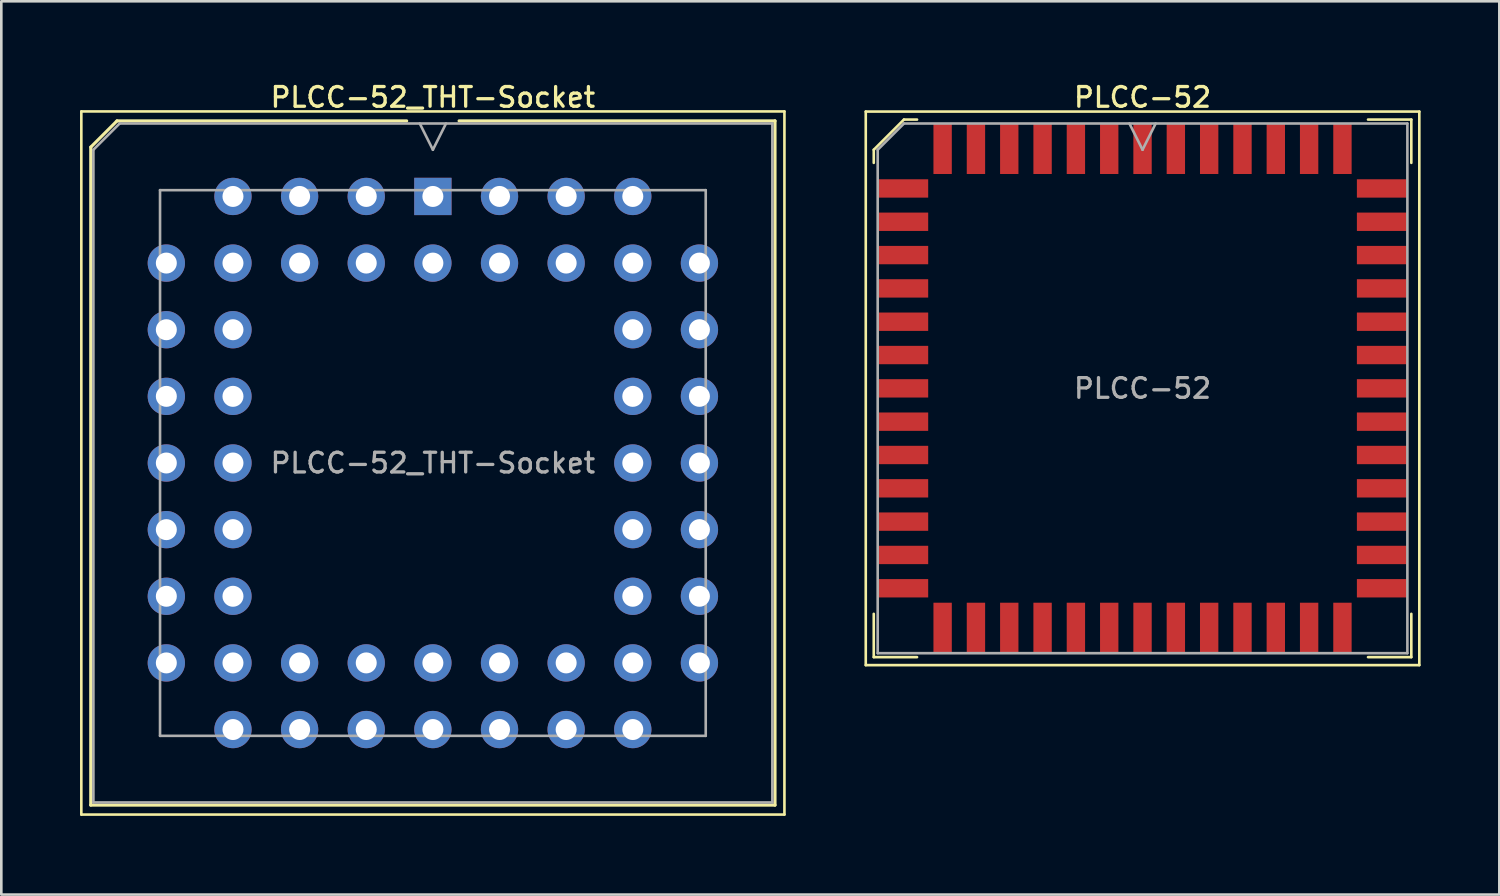
<source format=kicad_pcb>
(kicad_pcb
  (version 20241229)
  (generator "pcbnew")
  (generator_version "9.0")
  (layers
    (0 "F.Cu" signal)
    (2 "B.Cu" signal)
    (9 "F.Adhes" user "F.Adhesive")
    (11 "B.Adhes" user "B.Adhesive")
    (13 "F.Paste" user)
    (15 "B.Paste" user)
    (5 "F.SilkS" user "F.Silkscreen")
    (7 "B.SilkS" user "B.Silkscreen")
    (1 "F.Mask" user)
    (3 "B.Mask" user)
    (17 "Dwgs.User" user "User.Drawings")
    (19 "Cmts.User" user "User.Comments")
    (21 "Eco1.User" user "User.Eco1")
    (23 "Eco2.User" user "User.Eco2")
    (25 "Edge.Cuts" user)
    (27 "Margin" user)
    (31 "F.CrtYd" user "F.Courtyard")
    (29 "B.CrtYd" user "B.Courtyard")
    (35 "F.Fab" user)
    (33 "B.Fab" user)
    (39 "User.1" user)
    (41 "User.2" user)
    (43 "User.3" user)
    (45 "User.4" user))
  (footprint "PLCC-52_THT-Socket"
    (layer "F.Cu")
    (at 13.45 4.438)
    (property "Reference" "PLCC-52_THT-Socket" (at 0 -3.78 0) (layer "F.SilkS") (effects (font (size 0.75 0.75) (thickness 0.125))))
    (attr through_hole)
    (fp_line (start -13.4 -3.24) (end -13.4 23.56) (stroke (width 0.1) (type solid)) (layer "F.SilkS"))
    (fp_line (start -13.4 23.56) (end 13.4 23.56) (stroke (width 0.1) (type solid)) (layer "F.SilkS"))
    (fp_line (start -13.04 -1.88) (end -13.04 23.2) (stroke (width 0.12) (type solid)) (layer "F.SilkS"))
    (fp_line (start -13.04 23.2) (end 13.04 23.2) (stroke (width 0.12) (type solid)) (layer "F.SilkS"))
    (fp_line (start -12.04 -2.88) (end -13.04 -1.88) (stroke (width 0.12) (type solid)) (layer "F.SilkS"))
    (fp_line (start -1 -2.88) (end -12.04 -2.88) (stroke (width 0.12) (type solid)) (layer "F.SilkS"))
    (fp_line (start 13.04 -2.88) (end 1 -2.88) (stroke (width 0.12) (type solid)) (layer "F.SilkS"))
    (fp_line (start 13.04 23.2) (end 13.04 -2.88) (stroke (width 0.12) (type solid)) (layer "F.SilkS"))
    (fp_line (start 13.4 -3.24) (end -13.4 -3.24) (stroke (width 0.1) (type solid)) (layer "F.SilkS"))
    (fp_line (start 13.4 23.56) (end 13.4 -3.24) (stroke (width 0.1) (type solid)) (layer "F.SilkS"))
    (fp_line (start -12.94 -1.78) (end -12.94 23.1) (stroke (width 0.1) (type solid)) (layer "F.Fab"))
    (fp_line (start -12.94 23.1) (end 12.94 23.1) (stroke (width 0.1) (type solid)) (layer "F.Fab"))
    (fp_line (start -11.94 -2.78) (end -12.94 -1.78) (stroke (width 0.1) (type solid)) (layer "F.Fab"))
    (fp_line (start -10.4 -0.24) (end -10.4 20.56) (stroke (width 0.1) (type solid)) (layer "F.Fab"))
    (fp_line (start -10.4 20.56) (end 10.4 20.56) (stroke (width 0.1) (type solid)) (layer "F.Fab"))
    (fp_line (start -0.5 -2.78) (end 0 -1.78) (stroke (width 0.1) (type solid)) (layer "F.Fab"))
    (fp_line (start 0 -1.78) (end 0.5 -2.78) (stroke (width 0.1) (type solid)) (layer "F.Fab"))
    (fp_line (start 10.4 -0.24) (end -10.4 -0.24) (stroke (width 0.1) (type solid)) (layer "F.Fab"))
    (fp_line (start 10.4 20.56) (end 10.4 -0.24) (stroke (width 0.1) (type solid)) (layer "F.Fab"))
    (fp_line (start 12.94 -2.78) (end -11.94 -2.78) (stroke (width 0.1) (type solid)) (layer "F.Fab"))
    (fp_line (start 12.94 23.1) (end 12.94 -2.78) (stroke (width 0.1) (type solid)) (layer "F.Fab"))
    (fp_text user "${REFERENCE}" (at 0 10.16 0) (layer "F.Fab") (effects (font (size 0.75 0.75) (thickness 0.125))))
    (pad "1" thru_hole rect (at 0 0) (size 1.422 1.422) (drill 0.8) (layers "*.Cu" "*.Mask"))
    (pad "2" thru_hole circle (at 0 2.54) (size 1.422 1.422) (drill 0.8) (layers "*.Cu" "*.Mask"))
    (pad "3" thru_hole circle (at -2.54 0) (size 1.422 1.422) (drill 0.8) (layers "*.Cu" "*.Mask"))
    (pad "4" thru_hole circle (at -2.54 2.54) (size 1.422 1.422) (drill 0.8) (layers "*.Cu" "*.Mask"))
    (pad "5" thru_hole circle (at -5.08 0) (size 1.422 1.422) (drill 0.8) (layers "*.Cu" "*.Mask"))
    (pad "6" thru_hole circle (at -5.08 2.54) (size 1.422 1.422) (drill 0.8) (layers "*.Cu" "*.Mask"))
    (pad "7" thru_hole circle (at -7.62 0) (size 1.422 1.422) (drill 0.8) (layers "*.Cu" "*.Mask"))
    (pad "8" thru_hole circle (at -10.16 2.54) (size 1.422 1.422) (drill 0.8) (layers "*.Cu" "*.Mask"))
    (pad "9" thru_hole circle (at -7.62 2.54) (size 1.422 1.422) (drill 0.8) (layers "*.Cu" "*.Mask"))
    (pad "10" thru_hole circle (at -10.16 5.08) (size 1.422 1.422) (drill 0.8) (layers "*.Cu" "*.Mask"))
    (pad "11" thru_hole circle (at -7.62 5.08) (size 1.422 1.422) (drill 0.8) (layers "*.Cu" "*.Mask"))
    (pad "12" thru_hole circle (at -10.16 7.62) (size 1.422 1.422) (drill 0.8) (layers "*.Cu" "*.Mask"))
    (pad "13" thru_hole circle (at -7.62 7.62) (size 1.422 1.422) (drill 0.8) (layers "*.Cu" "*.Mask"))
    (pad "14" thru_hole circle (at -10.16 10.16) (size 1.422 1.422) (drill 0.8) (layers "*.Cu" "*.Mask"))
    (pad "15" thru_hole circle (at -7.62 10.16) (size 1.422 1.422) (drill 0.8) (layers "*.Cu" "*.Mask"))
    (pad "16" thru_hole circle (at -10.16 12.7) (size 1.422 1.422) (drill 0.8) (layers "*.Cu" "*.Mask"))
    (pad "17" thru_hole circle (at -7.62 12.7) (size 1.422 1.422) (drill 0.8) (layers "*.Cu" "*.Mask"))
    (pad "18" thru_hole circle (at -10.16 15.24) (size 1.422 1.422) (drill 0.8) (layers "*.Cu" "*.Mask"))
    (pad "19" thru_hole circle (at -7.62 15.24) (size 1.422 1.422) (drill 0.8) (layers "*.Cu" "*.Mask"))
    (pad "20" thru_hole circle (at -10.16 17.78) (size 1.422 1.422) (drill 0.8) (layers "*.Cu" "*.Mask"))
    (pad "21" thru_hole circle (at -7.62 20.32) (size 1.422 1.422) (drill 0.8) (layers "*.Cu" "*.Mask"))
    (pad "22" thru_hole circle (at -7.62 17.78) (size 1.422 1.422) (drill 0.8) (layers "*.Cu" "*.Mask"))
    (pad "23" thru_hole circle (at -5.08 20.32) (size 1.422 1.422) (drill 0.8) (layers "*.Cu" "*.Mask"))
    (pad "24" thru_hole circle (at -5.08 17.78) (size 1.422 1.422) (drill 0.8) (layers "*.Cu" "*.Mask"))
    (pad "25" thru_hole circle (at -2.54 20.32) (size 1.422 1.422) (drill 0.8) (layers "*.Cu" "*.Mask"))
    (pad "26" thru_hole circle (at -2.54 17.78) (size 1.422 1.422) (drill 0.8) (layers "*.Cu" "*.Mask"))
    (pad "27" thru_hole circle (at 0 20.32) (size 1.422 1.422) (drill 0.8) (layers "*.Cu" "*.Mask"))
    (pad "28" thru_hole circle (at 0 17.78) (size 1.422 1.422) (drill 0.8) (layers "*.Cu" "*.Mask"))
    (pad "29" thru_hole circle (at 2.54 20.32) (size 1.422 1.422) (drill 0.8) (layers "*.Cu" "*.Mask"))
    (pad "30" thru_hole circle (at 2.54 17.78) (size 1.422 1.422) (drill 0.8) (layers "*.Cu" "*.Mask"))
    (pad "31" thru_hole circle (at 5.08 20.32) (size 1.422 1.422) (drill 0.8) (layers "*.Cu" "*.Mask"))
    (pad "32" thru_hole circle (at 5.08 17.78) (size 1.422 1.422) (drill 0.8) (layers "*.Cu" "*.Mask"))
    (pad "33" thru_hole circle (at 7.62 20.32) (size 1.422 1.422) (drill 0.8) (layers "*.Cu" "*.Mask"))
    (pad "34" thru_hole circle (at 10.16 17.78) (size 1.422 1.422) (drill 0.8) (layers "*.Cu" "*.Mask"))
    (pad "35" thru_hole circle (at 7.62 17.78) (size 1.422 1.422) (drill 0.8) (layers "*.Cu" "*.Mask"))
    (pad "36" thru_hole circle (at 10.16 15.24) (size 1.422 1.422) (drill 0.8) (layers "*.Cu" "*.Mask"))
    (pad "37" thru_hole circle (at 7.62 15.24) (size 1.422 1.422) (drill 0.8) (layers "*.Cu" "*.Mask"))
    (pad "38" thru_hole circle (at 10.16 12.7) (size 1.422 1.422) (drill 0.8) (layers "*.Cu" "*.Mask"))
    (pad "39" thru_hole circle (at 7.62 12.7) (size 1.422 1.422) (drill 0.8) (layers "*.Cu" "*.Mask"))
    (pad "40" thru_hole circle (at 10.16 10.16) (size 1.422 1.422) (drill 0.8) (layers "*.Cu" "*.Mask"))
    (pad "41" thru_hole circle (at 7.62 10.16) (size 1.422 1.422) (drill 0.8) (layers "*.Cu" "*.Mask"))
    (pad "42" thru_hole circle (at 10.16 7.62) (size 1.422 1.422) (drill 0.8) (layers "*.Cu" "*.Mask"))
    (pad "43" thru_hole circle (at 7.62 7.62) (size 1.422 1.422) (drill 0.8) (layers "*.Cu" "*.Mask"))
    (pad "44" thru_hole circle (at 10.16 5.08) (size 1.422 1.422) (drill 0.8) (layers "*.Cu" "*.Mask"))
    (pad "45" thru_hole circle (at 7.62 5.08) (size 1.422 1.422) (drill 0.8) (layers "*.Cu" "*.Mask"))
    (pad "46" thru_hole circle (at 10.16 2.54) (size 1.422 1.422) (drill 0.8) (layers "*.Cu" "*.Mask"))
    (pad "47" thru_hole circle (at 7.62 0) (size 1.422 1.422) (drill 0.8) (layers "*.Cu" "*.Mask"))
    (pad "48" thru_hole circle (at 7.62 2.54) (size 1.422 1.422) (drill 0.8) (layers "*.Cu" "*.Mask"))
    (pad "49" thru_hole circle (at 5.08 0) (size 1.422 1.422) (drill 0.8) (layers "*.Cu" "*.Mask"))
    (pad "50" thru_hole circle (at 5.08 2.54) (size 1.422 1.422) (drill 0.8) (layers "*.Cu" "*.Mask"))
    (pad "51" thru_hole circle (at 2.54 0) (size 1.422 1.422) (drill 0.8) (layers "*.Cu" "*.Mask"))
    (pad "52" thru_hole circle (at 2.54 2.54) (size 1.422 1.422) (drill 0.8) (layers "*.Cu" "*.Mask")))
  (footprint "PLCC-52"
    (layer "F.Cu")
    (at 40.5 11.753)
    (property "Reference" "PLCC-52" (at 0 -11.095 0) (layer "F.SilkS") (effects (font (size 0.75 0.75) (thickness 0.125))))
    (attr smd)
    (fp_line (start -10.55 -10.55) (end -10.55 10.55) (stroke (width 0.1) (type solid)) (layer "F.SilkS"))
    (fp_line (start -10.55 10.55) (end 10.55 10.55) (stroke (width 0.1) (type solid)) (layer "F.SilkS"))
    (fp_line (start -10.245 -9.095) (end -10.245 -8.595) (stroke (width 0.1) (type solid)) (layer "F.SilkS"))
    (fp_line (start -10.245 10.245) (end -10.245 8.595) (stroke (width 0.1) (type solid)) (layer "F.SilkS"))
    (fp_line (start -9.095 -10.245) (end -10.245 -9.095) (stroke (width 0.1) (type solid)) (layer "F.SilkS"))
    (fp_line (start -8.595 -10.245) (end -9.095 -10.245) (stroke (width 0.1) (type solid)) (layer "F.SilkS"))
    (fp_line (start -8.595 10.245) (end -10.245 10.245) (stroke (width 0.1) (type solid)) (layer "F.SilkS"))
    (fp_line (start 8.595 -10.245) (end 10.245 -10.245) (stroke (width 0.1) (type solid)) (layer "F.SilkS"))
    (fp_line (start 8.595 10.245) (end 10.245 10.245) (stroke (width 0.1) (type solid)) (layer "F.SilkS"))
    (fp_line (start 10.245 -10.245) (end 10.245 -8.595) (stroke (width 0.1) (type solid)) (layer "F.SilkS"))
    (fp_line (start 10.245 10.245) (end 10.245 8.595) (stroke (width 0.1) (type solid)) (layer "F.SilkS"))
    (fp_line (start 10.55 -10.55) (end -10.55 -10.55) (stroke (width 0.1) (type solid)) (layer "F.SilkS"))
    (fp_line (start 10.55 10.55) (end 10.55 -10.55) (stroke (width 0.1) (type solid)) (layer "F.SilkS"))
    (fp_line (start -10.095 -9.095) (end -10.095 10.095) (stroke (width 0.1) (type solid)) (layer "F.Fab"))
    (fp_line (start -10.095 10.095) (end 10.095 10.095) (stroke (width 0.1) (type solid)) (layer "F.Fab"))
    (fp_line (start -9.095 -10.095) (end -10.095 -9.095) (stroke (width 0.1) (type solid)) (layer "F.Fab"))
    (fp_line (start -0.5 -10.095) (end 0 -9.095) (stroke (width 0.1) (type solid)) (layer "F.Fab"))
    (fp_line (start 0 -9.095) (end 0.5 -10.095) (stroke (width 0.1) (type solid)) (layer "F.Fab"))
    (fp_line (start 10.095 -10.095) (end -9.095 -10.095) (stroke (width 0.1) (type solid)) (layer "F.Fab"))
    (fp_line (start 10.095 10.095) (end 10.095 -10.095) (stroke (width 0.1) (type solid)) (layer "F.Fab"))
    (fp_text user "${REFERENCE}" (at 0 0 0) (layer "F.Fab") (effects (font (size 0.75 0.75) (thickness 0.125))))
    (pad "1" smd rect (at 0 -9.133) (size 0.7 1.925) (layers "F.Cu" "F.Mask" "F.Paste"))
    (pad "2" smd rect (at -1.27 -9.133) (size 0.7 1.925) (layers "F.Cu" "F.Mask" "F.Paste"))
    (pad "3" smd rect (at -2.54 -9.133) (size 0.7 1.925) (layers "F.Cu" "F.Mask" "F.Paste"))
    (pad "4" smd rect (at -3.81 -9.133) (size 0.7 1.925) (layers "F.Cu" "F.Mask" "F.Paste"))
    (pad "5" smd rect (at -5.08 -9.133) (size 0.7 1.925) (layers "F.Cu" "F.Mask" "F.Paste"))
    (pad "6" smd rect (at -6.35 -9.133) (size 0.7 1.925) (layers "F.Cu" "F.Mask" "F.Paste"))
    (pad "7" smd rect (at -7.62 -9.133) (size 0.7 1.925) (layers "F.Cu" "F.Mask" "F.Paste"))
    (pad "8" smd rect (at -9.133 -7.62) (size 1.925 0.7) (layers "F.Cu" "F.Mask" "F.Paste"))
    (pad "9" smd rect (at -9.133 -6.35) (size 1.925 0.7) (layers "F.Cu" "F.Mask" "F.Paste"))
    (pad "10" smd rect (at -9.133 -5.08) (size 1.925 0.7) (layers "F.Cu" "F.Mask" "F.Paste"))
    (pad "11" smd rect (at -9.133 -3.81) (size 1.925 0.7) (layers "F.Cu" "F.Mask" "F.Paste"))
    (pad "12" smd rect (at -9.133 -2.54) (size 1.925 0.7) (layers "F.Cu" "F.Mask" "F.Paste"))
    (pad "13" smd rect (at -9.133 -1.27) (size 1.925 0.7) (layers "F.Cu" "F.Mask" "F.Paste"))
    (pad "14" smd rect (at -9.133 0) (size 1.925 0.7) (layers "F.Cu" "F.Mask" "F.Paste"))
    (pad "15" smd rect (at -9.133 1.27) (size 1.925 0.7) (layers "F.Cu" "F.Mask" "F.Paste"))
    (pad "16" smd rect (at -9.133 2.54) (size 1.925 0.7) (layers "F.Cu" "F.Mask" "F.Paste"))
    (pad "17" smd rect (at -9.133 3.81) (size 1.925 0.7) (layers "F.Cu" "F.Mask" "F.Paste"))
    (pad "18" smd rect (at -9.133 5.08) (size 1.925 0.7) (layers "F.Cu" "F.Mask" "F.Paste"))
    (pad "19" smd rect (at -9.133 6.35) (size 1.925 0.7) (layers "F.Cu" "F.Mask" "F.Paste"))
    (pad "20" smd rect (at -9.133 7.62) (size 1.925 0.7) (layers "F.Cu" "F.Mask" "F.Paste"))
    (pad "21" smd rect (at -7.62 9.133) (size 0.7 1.925) (layers "F.Cu" "F.Mask" "F.Paste"))
    (pad "22" smd rect (at -6.35 9.133) (size 0.7 1.925) (layers "F.Cu" "F.Mask" "F.Paste"))
    (pad "23" smd rect (at -5.08 9.133) (size 0.7 1.925) (layers "F.Cu" "F.Mask" "F.Paste"))
    (pad "24" smd rect (at -3.81 9.133) (size 0.7 1.925) (layers "F.Cu" "F.Mask" "F.Paste"))
    (pad "25" smd rect (at -2.54 9.133) (size 0.7 1.925) (layers "F.Cu" "F.Mask" "F.Paste"))
    (pad "26" smd rect (at -1.27 9.133) (size 0.7 1.925) (layers "F.Cu" "F.Mask" "F.Paste"))
    (pad "27" smd rect (at 0 9.133) (size 0.7 1.925) (layers "F.Cu" "F.Mask" "F.Paste"))
    (pad "28" smd rect (at 1.27 9.133) (size 0.7 1.925) (layers "F.Cu" "F.Mask" "F.Paste"))
    (pad "29" smd rect (at 2.54 9.133) (size 0.7 1.925) (layers "F.Cu" "F.Mask" "F.Paste"))
    (pad "30" smd rect (at 3.81 9.133) (size 0.7 1.925) (layers "F.Cu" "F.Mask" "F.Paste"))
    (pad "31" smd rect (at 5.08 9.133) (size 0.7 1.925) (layers "F.Cu" "F.Mask" "F.Paste"))
    (pad "32" smd rect (at 6.35 9.133) (size 0.7 1.925) (layers "F.Cu" "F.Mask" "F.Paste"))
    (pad "33" smd rect (at 7.62 9.133) (size 0.7 1.925) (layers "F.Cu" "F.Mask" "F.Paste"))
    (pad "34" smd rect (at 9.133 7.62) (size 1.925 0.7) (layers "F.Cu" "F.Mask" "F.Paste"))
    (pad "35" smd rect (at 9.133 6.35) (size 1.925 0.7) (layers "F.Cu" "F.Mask" "F.Paste"))
    (pad "36" smd rect (at 9.133 5.08) (size 1.925 0.7) (layers "F.Cu" "F.Mask" "F.Paste"))
    (pad "37" smd rect (at 9.133 3.81) (size 1.925 0.7) (layers "F.Cu" "F.Mask" "F.Paste"))
    (pad "38" smd rect (at 9.133 2.54) (size 1.925 0.7) (layers "F.Cu" "F.Mask" "F.Paste"))
    (pad "39" smd rect (at 9.133 1.27) (size 1.925 0.7) (layers "F.Cu" "F.Mask" "F.Paste"))
    (pad "40" smd rect (at 9.133 0) (size 1.925 0.7) (layers "F.Cu" "F.Mask" "F.Paste"))
    (pad "41" smd rect (at 9.133 -1.27) (size 1.925 0.7) (layers "F.Cu" "F.Mask" "F.Paste"))
    (pad "42" smd rect (at 9.133 -2.54) (size 1.925 0.7) (layers "F.Cu" "F.Mask" "F.Paste"))
    (pad "43" smd rect (at 9.133 -3.81) (size 1.925 0.7) (layers "F.Cu" "F.Mask" "F.Paste"))
    (pad "44" smd rect (at 9.133 -5.08) (size 1.925 0.7) (layers "F.Cu" "F.Mask" "F.Paste"))
    (pad "45" smd rect (at 9.133 -6.35) (size 1.925 0.7) (layers "F.Cu" "F.Mask" "F.Paste"))
    (pad "46" smd rect (at 9.133 -7.62) (size 1.925 0.7) (layers "F.Cu" "F.Mask" "F.Paste"))
    (pad "47" smd rect (at 7.62 -9.133) (size 0.7 1.925) (layers "F.Cu" "F.Mask" "F.Paste"))
    (pad "48" smd rect (at 6.35 -9.133) (size 0.7 1.925) (layers "F.Cu" "F.Mask" "F.Paste"))
    (pad "49" smd rect (at 5.08 -9.133) (size 0.7 1.925) (layers "F.Cu" "F.Mask" "F.Paste"))
    (pad "50" smd rect (at 3.81 -9.133) (size 0.7 1.925) (layers "F.Cu" "F.Mask" "F.Paste"))
    (pad "51" smd rect (at 2.54 -9.133) (size 0.7 1.925) (layers "F.Cu" "F.Mask" "F.Paste"))
    (pad "52" smd rect (at 1.27 -9.133) (size 0.7 1.925) (layers "F.Cu" "F.Mask" "F.Paste")))
  (gr_rect
    (start -3 -3)
    (end 54.1 31.048)
    (stroke (width 0.1) (type default))
    (fill no)
    (layer "Edge.Cuts")))
</source>
